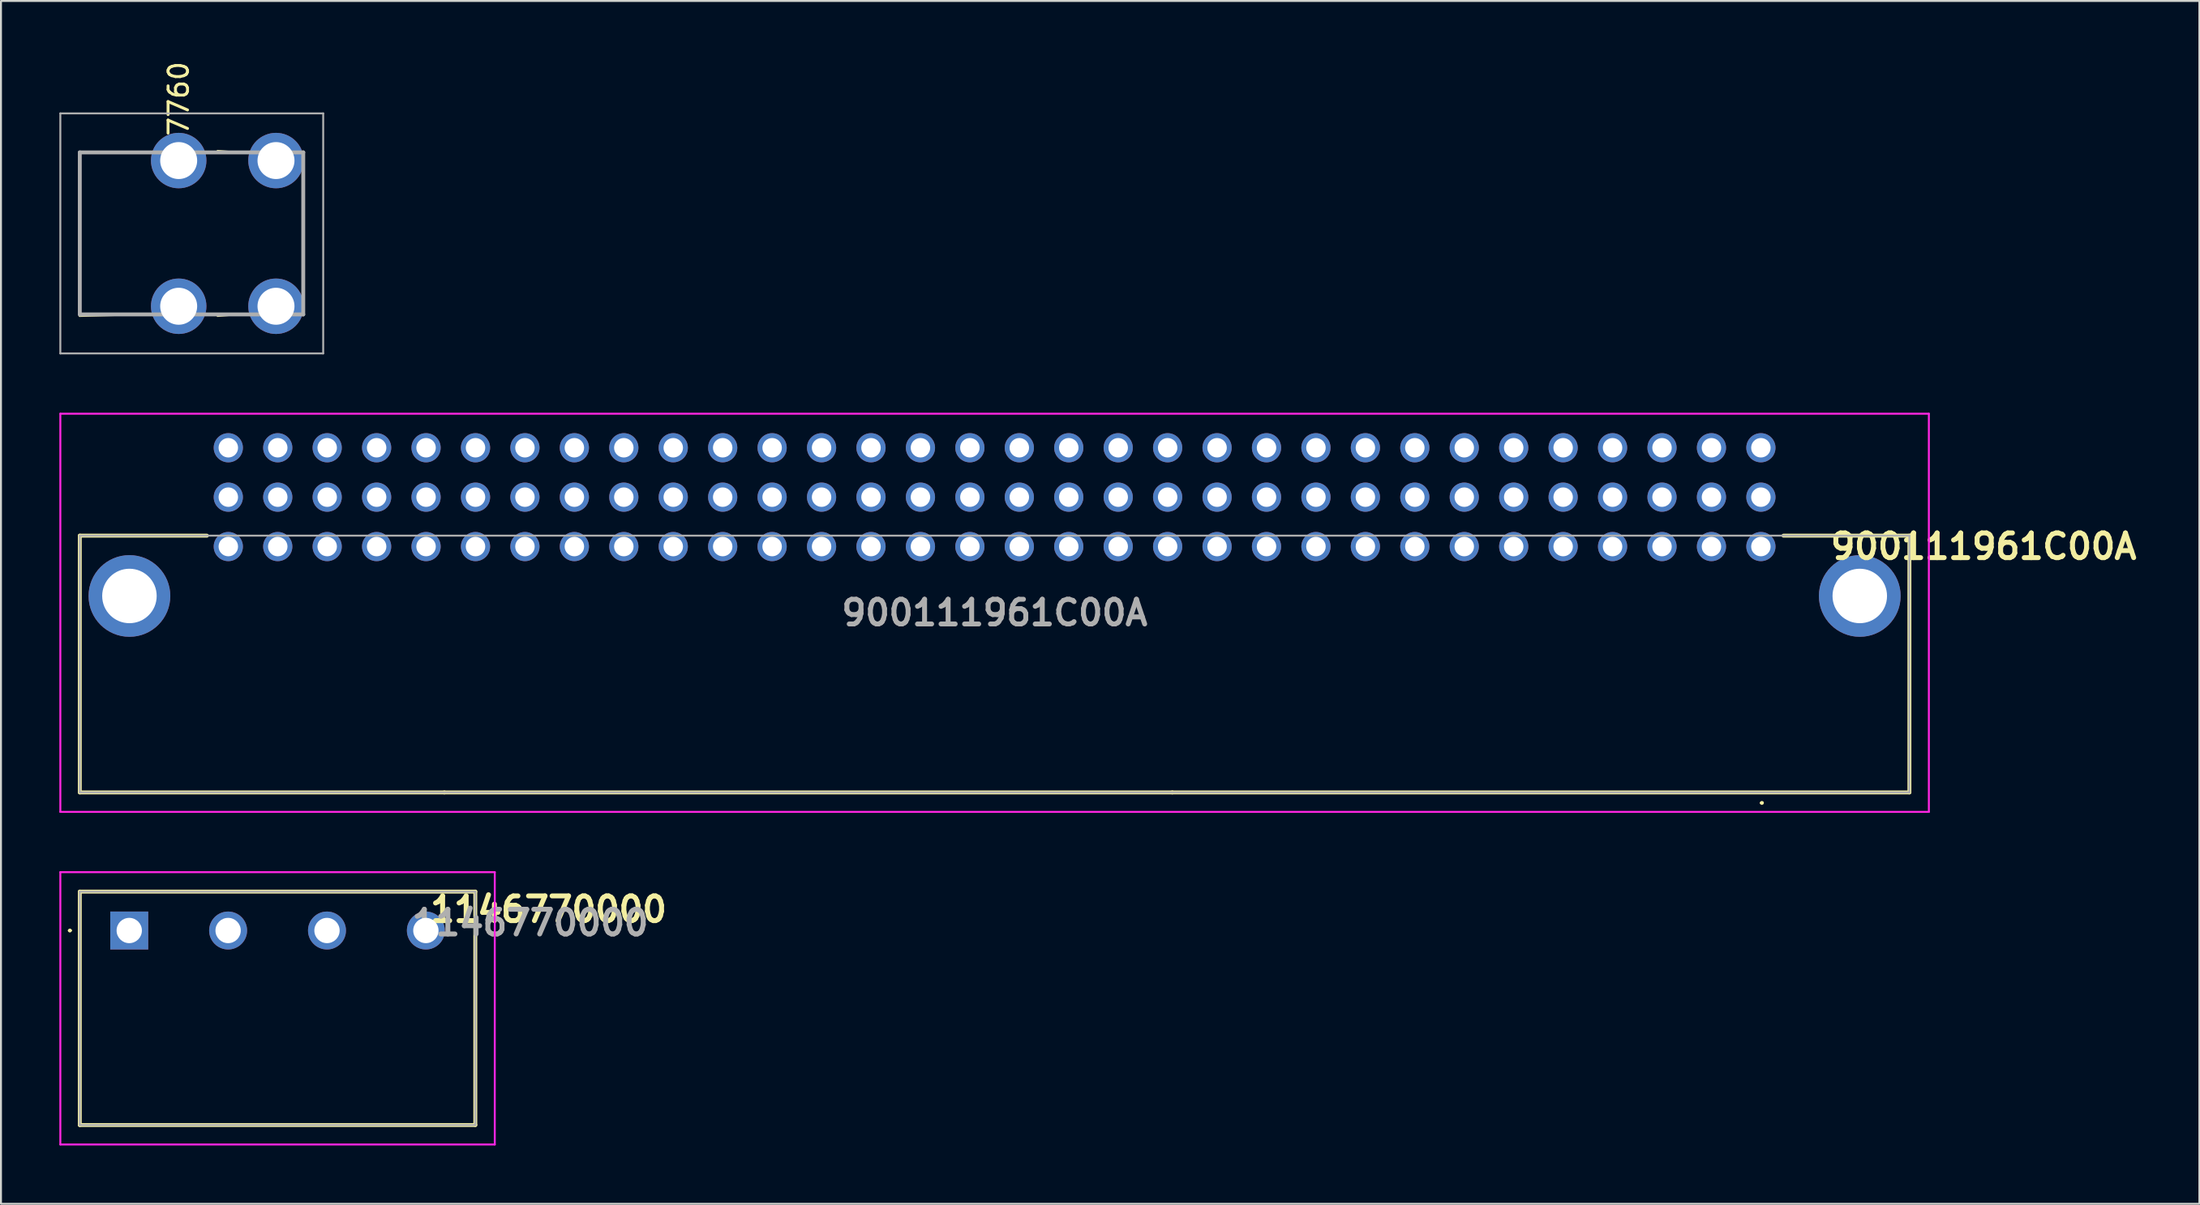
<source format=kicad_pcb>
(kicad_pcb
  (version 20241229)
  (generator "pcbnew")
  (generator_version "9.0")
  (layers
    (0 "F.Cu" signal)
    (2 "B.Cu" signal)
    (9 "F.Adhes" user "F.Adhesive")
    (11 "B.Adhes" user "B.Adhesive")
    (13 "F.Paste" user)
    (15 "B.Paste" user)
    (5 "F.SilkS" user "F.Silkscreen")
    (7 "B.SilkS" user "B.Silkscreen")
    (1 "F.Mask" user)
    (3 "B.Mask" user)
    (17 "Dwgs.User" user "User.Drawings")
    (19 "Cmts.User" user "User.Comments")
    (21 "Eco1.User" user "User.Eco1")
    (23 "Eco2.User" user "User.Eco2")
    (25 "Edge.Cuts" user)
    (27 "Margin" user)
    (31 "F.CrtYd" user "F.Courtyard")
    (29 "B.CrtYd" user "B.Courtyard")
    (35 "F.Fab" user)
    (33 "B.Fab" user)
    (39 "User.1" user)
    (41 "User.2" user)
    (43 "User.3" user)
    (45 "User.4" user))
  (footprint "7760"
    (layer "F.Cu")
    (at 6.13 5.205)
    (property "Reference" "7760" (at 0 -3.175 90) (layer "F.SilkS") (effects (font (size 1 1) (thickness 0.15))))
    (attr through_hole)
    (fp_line (start -5.08 -0.42) (end -5.08 7.99) (stroke (width 0.1) (type solid)) (layer "F.SilkS"))
    (fp_line (start -5.08 7.99) (end -2 7.91) (stroke (width 0.1) (type solid)) (layer "F.SilkS"))
    (fp_line (start -2 -0.42) (end -5.08 -0.42) (stroke (width 0.1) (type solid)) (layer "F.SilkS"))
    (fp_line (start 2 -0.5) (end 3 -0.42) (stroke (width 0.1) (type solid)) (layer "F.SilkS"))
    (fp_line (start 2 7.99) (end 3 7.91) (stroke (width 0.1) (type solid)) (layer "F.SilkS"))
    (fp_line (start 6.4 1.49) (end 6.4 5.99) (stroke (width 0.1) (type solid)) (layer "F.SilkS"))
    (fp_line (start -6.08 -2.425) (end 7.425 -2.425) (stroke (width 0.1) (type solid)) (layer "F.Fab"))
    (fp_line (start -6.08 9.915) (end -6.08 -2.425) (stroke (width 0.1) (type solid)) (layer "F.Fab"))
    (fp_line (start -5.08 -0.42) (end 6.4 -0.42) (stroke (width 0.2) (type solid)) (layer "F.Fab"))
    (fp_line (start -5.08 7.91) (end -5.08 -0.42) (stroke (width 0.2) (type solid)) (layer "F.Fab"))
    (fp_line (start 6.4 -0.42) (end 6.4 7.91) (stroke (width 0.2) (type solid)) (layer "F.Fab"))
    (fp_line (start 6.4 7.91) (end -5.08 7.91) (stroke (width 0.2) (type solid)) (layer "F.Fab"))
    (fp_line (start 7.425 -2.425) (end 7.425 9.915) (stroke (width 0.1) (type solid)) (layer "F.Fab"))
    (fp_line (start 7.425 9.915) (end -6.08 9.915) (stroke (width 0.1) (type solid)) (layer "F.Fab"))
    (pad "1" thru_hole circle (at 0 0) (size 2.85 2.85) (drill 1.9) (layers "*.Cu" "*.Mask"))
    (pad "2" thru_hole circle (at 0 7.49) (size 2.85 2.85) (drill 1.9) (layers "*.Cu" "*.Mask"))
    (pad "3" thru_hole circle (at 5 7.49) (size 2.85 2.85) (drill 1.9) (layers "*.Cu" "*.Mask"))
    (pad "4" thru_hole circle (at 5 0) (size 2.85 2.85) (drill 1.9) (layers "*.Cu" "*.Mask")))
  (footprint "900111961C00A"
    (layer "F.Cu")
    (at 87.42 25.05)
    (property "Reference" "900111961C00A" (at 11.442 -0.005 0) (layer "F.SilkS") (effects (font (size 1.27 1.27) (thickness 0.254))))
    (attr through_hole)
    (fp_line (start -86.37 -0.56) (end -79.84 -0.56) (stroke (width 0.2) (type solid)) (layer "F.SilkS"))
    (fp_line (start -86.37 12.64) (end -86.37 -0.56) (stroke (width 0.2) (type solid)) (layer "F.SilkS"))
    (fp_line (start -67.64 12.64) (end -86.37 12.64) (stroke (width 0.2) (type solid)) (layer "F.SilkS"))
    (fp_line (start -30.24 12.64) (end -67.64 12.64) (stroke (width 0.2) (type solid)) (layer "F.SilkS"))
    (fp_line (start 0 13.18) (end 0 13.18) (stroke (width 0.1) (type solid)) (layer "F.SilkS"))
    (fp_line (start 0.1 13.18) (end 0.1 13.18) (stroke (width 0.1) (type solid)) (layer "F.SilkS"))
    (fp_line (start 1.16 -0.56) (end 7.63 -0.56) (stroke (width 0.2) (type solid)) (layer "F.SilkS"))
    (fp_line (start 7.63 -0.56) (end 7.63 12.64) (stroke (width 0.2) (type solid)) (layer "F.SilkS"))
    (fp_line (start 7.63 12.64) (end -30.24 12.64) (stroke (width 0.2) (type solid)) (layer "F.SilkS"))
    (fp_arc (start 0 13.18) (mid 0.05 13.13) (end 0.1 13.18) (stroke (width 0.1) (type solid)) (layer "F.SilkS"))
    (fp_arc (start 0.1 13.18) (mid 0.05 13.23) (end 0 13.18) (stroke (width 0.1) (type solid)) (layer "F.SilkS"))
    (fp_line (start -87.37 -6.83) (end 8.63 -6.83) (stroke (width 0.1) (type solid)) (layer "F.CrtYd"))
    (fp_line (start -87.37 13.64) (end -87.37 -6.83) (stroke (width 0.1) (type solid)) (layer "F.CrtYd"))
    (fp_line (start 8.63 -6.83) (end 8.63 13.64) (stroke (width 0.1) (type solid)) (layer "F.CrtYd"))
    (fp_line (start 8.63 13.64) (end -87.37 13.64) (stroke (width 0.1) (type solid)) (layer "F.CrtYd"))
    (fp_line (start -86.37 -0.56) (end 7.63 -0.56) (stroke (width 0.1) (type solid)) (layer "F.Fab"))
    (fp_line (start -86.37 12.64) (end -86.37 -0.56) (stroke (width 0.1) (type solid)) (layer "F.Fab"))
    (fp_line (start 7.63 -0.56) (end 7.63 12.64) (stroke (width 0.1) (type solid)) (layer "F.Fab"))
    (fp_line (start 7.63 12.64) (end -86.37 12.64) (stroke (width 0.1) (type solid)) (layer "F.Fab"))
    (fp_text user "${REFERENCE}" (at -39.37 3.405 0) (layer "F.Fab") (effects (font (size 1.27 1.27) (thickness 0.254))))
    (pad "A1" thru_hole circle (at 0 0) (size 1.5 1.5) (drill 1) (layers "*.Cu" "*.Mask"))
    (pad "A2" thru_hole circle (at -2.54 0) (size 1.5 1.5) (drill 1) (layers "*.Cu" "*.Mask"))
    (pad "A3" thru_hole circle (at -5.08 0) (size 1.5 1.5) (drill 1) (layers "*.Cu" "*.Mask"))
    (pad "A4" thru_hole circle (at -7.62 0) (size 1.5 1.5) (drill 1) (layers "*.Cu" "*.Mask"))
    (pad "A5" thru_hole circle (at -10.16 0) (size 1.5 1.5) (drill 1) (layers "*.Cu" "*.Mask"))
    (pad "A6" thru_hole circle (at -12.7 0) (size 1.5 1.5) (drill 1) (layers "*.Cu" "*.Mask"))
    (pad "A7" thru_hole circle (at -15.24 0) (size 1.5 1.5) (drill 1) (layers "*.Cu" "*.Mask"))
    (pad "A8" thru_hole circle (at -17.78 0) (size 1.5 1.5) (drill 1) (layers "*.Cu" "*.Mask"))
    (pad "A9" thru_hole circle (at -20.32 0) (size 1.5 1.5) (drill 1) (layers "*.Cu" "*.Mask"))
    (pad "A10" thru_hole circle (at -22.86 0) (size 1.5 1.5) (drill 1) (layers "*.Cu" "*.Mask"))
    (pad "A11" thru_hole circle (at -25.4 0) (size 1.5 1.5) (drill 1) (layers "*.Cu" "*.Mask"))
    (pad "A12" thru_hole circle (at -27.94 0) (size 1.5 1.5) (drill 1) (layers "*.Cu" "*.Mask"))
    (pad "A13" thru_hole circle (at -30.48 0) (size 1.5 1.5) (drill 1) (layers "*.Cu" "*.Mask"))
    (pad "A14" thru_hole circle (at -33.02 0) (size 1.5 1.5) (drill 1) (layers "*.Cu" "*.Mask"))
    (pad "A15" thru_hole circle (at -35.56 0) (size 1.5 1.5) (drill 1) (layers "*.Cu" "*.Mask"))
    (pad "A16" thru_hole circle (at -38.1 0) (size 1.5 1.5) (drill 1) (layers "*.Cu" "*.Mask"))
    (pad "A17" thru_hole circle (at -40.64 0) (size 1.5 1.5) (drill 1) (layers "*.Cu" "*.Mask"))
    (pad "A18" thru_hole circle (at -43.18 0) (size 1.5 1.5) (drill 1) (layers "*.Cu" "*.Mask"))
    (pad "A19" thru_hole circle (at -45.72 0) (size 1.5 1.5) (drill 1) (layers "*.Cu" "*.Mask"))
    (pad "A20" thru_hole circle (at -48.26 0) (size 1.5 1.5) (drill 1) (layers "*.Cu" "*.Mask"))
    (pad "A21" thru_hole circle (at -50.8 0) (size 1.5 1.5) (drill 1) (layers "*.Cu" "*.Mask"))
    (pad "A22" thru_hole circle (at -53.34 0) (size 1.5 1.5) (drill 1) (layers "*.Cu" "*.Mask"))
    (pad "A23" thru_hole circle (at -55.88 0) (size 1.5 1.5) (drill 1) (layers "*.Cu" "*.Mask"))
    (pad "A24" thru_hole circle (at -58.42 0) (size 1.5 1.5) (drill 1) (layers "*.Cu" "*.Mask"))
    (pad "A25" thru_hole circle (at -60.96 0) (size 1.5 1.5) (drill 1) (layers "*.Cu" "*.Mask"))
    (pad "A26" thru_hole circle (at -63.5 0) (size 1.5 1.5) (drill 1) (layers "*.Cu" "*.Mask"))
    (pad "A27" thru_hole circle (at -66.04 0) (size 1.5 1.5) (drill 1) (layers "*.Cu" "*.Mask"))
    (pad "A28" thru_hole circle (at -68.58 0) (size 1.5 1.5) (drill 1) (layers "*.Cu" "*.Mask"))
    (pad "A29" thru_hole circle (at -71.12 0) (size 1.5 1.5) (drill 1) (layers "*.Cu" "*.Mask"))
    (pad "A30" thru_hole circle (at -73.66 0) (size 1.5 1.5) (drill 1) (layers "*.Cu" "*.Mask"))
    (pad "A31" thru_hole circle (at -76.2 0) (size 1.5 1.5) (drill 1) (layers "*.Cu" "*.Mask"))
    (pad "A32" thru_hole circle (at -78.74 0) (size 1.5 1.5) (drill 1) (layers "*.Cu" "*.Mask"))
    (pad "B1" thru_hole circle (at 0 -2.54) (size 1.5 1.5) (drill 1) (layers "*.Cu" "*.Mask"))
    (pad "B2" thru_hole circle (at -2.54 -2.54) (size 1.5 1.5) (drill 1) (layers "*.Cu" "*.Mask"))
    (pad "B3" thru_hole circle (at -5.08 -2.54) (size 1.5 1.5) (drill 1) (layers "*.Cu" "*.Mask"))
    (pad "B4" thru_hole circle (at -7.62 -2.54) (size 1.5 1.5) (drill 1) (layers "*.Cu" "*.Mask"))
    (pad "B5" thru_hole circle (at -10.16 -2.54) (size 1.5 1.5) (drill 1) (layers "*.Cu" "*.Mask"))
    (pad "B6" thru_hole circle (at -12.7 -2.54) (size 1.5 1.5) (drill 1) (layers "*.Cu" "*.Mask"))
    (pad "B7" thru_hole circle (at -15.24 -2.54) (size 1.5 1.5) (drill 1) (layers "*.Cu" "*.Mask"))
    (pad "B8" thru_hole circle (at -17.78 -2.54) (size 1.5 1.5) (drill 1) (layers "*.Cu" "*.Mask"))
    (pad "B9" thru_hole circle (at -20.32 -2.54) (size 1.5 1.5) (drill 1) (layers "*.Cu" "*.Mask"))
    (pad "B10" thru_hole circle (at -22.86 -2.54) (size 1.5 1.5) (drill 1) (layers "*.Cu" "*.Mask"))
    (pad "B11" thru_hole circle (at -25.4 -2.54) (size 1.5 1.5) (drill 1) (layers "*.Cu" "*.Mask"))
    (pad "B12" thru_hole circle (at -27.94 -2.54) (size 1.5 1.5) (drill 1) (layers "*.Cu" "*.Mask"))
    (pad "B13" thru_hole circle (at -30.48 -2.54) (size 1.5 1.5) (drill 1) (layers "*.Cu" "*.Mask"))
    (pad "B14" thru_hole circle (at -33.02 -2.54) (size 1.5 1.5) (drill 1) (layers "*.Cu" "*.Mask"))
    (pad "B15" thru_hole circle (at -35.56 -2.54) (size 1.5 1.5) (drill 1) (layers "*.Cu" "*.Mask"))
    (pad "B16" thru_hole circle (at -38.1 -2.54) (size 1.5 1.5) (drill 1) (layers "*.Cu" "*.Mask"))
    (pad "B17" thru_hole circle (at -40.64 -2.54) (size 1.5 1.5) (drill 1) (layers "*.Cu" "*.Mask"))
    (pad "B18" thru_hole circle (at -43.18 -2.54) (size 1.5 1.5) (drill 1) (layers "*.Cu" "*.Mask"))
    (pad "B19" thru_hole circle (at -45.72 -2.54) (size 1.5 1.5) (drill 1) (layers "*.Cu" "*.Mask"))
    (pad "B20" thru_hole circle (at -48.26 -2.54) (size 1.5 1.5) (drill 1) (layers "*.Cu" "*.Mask"))
    (pad "B21" thru_hole circle (at -50.8 -2.54) (size 1.5 1.5) (drill 1) (layers "*.Cu" "*.Mask"))
    (pad "B22" thru_hole circle (at -53.34 -2.54) (size 1.5 1.5) (drill 1) (layers "*.Cu" "*.Mask"))
    (pad "B23" thru_hole circle (at -55.88 -2.54) (size 1.5 1.5) (drill 1) (layers "*.Cu" "*.Mask"))
    (pad "B24" thru_hole circle (at -58.42 -2.54) (size 1.5 1.5) (drill 1) (layers "*.Cu" "*.Mask"))
    (pad "B25" thru_hole circle (at -60.96 -2.54) (size 1.5 1.5) (drill 1) (layers "*.Cu" "*.Mask"))
    (pad "B26" thru_hole circle (at -63.5 -2.54) (size 1.5 1.5) (drill 1) (layers "*.Cu" "*.Mask"))
    (pad "B27" thru_hole circle (at -66.04 -2.54) (size 1.5 1.5) (drill 1) (layers "*.Cu" "*.Mask"))
    (pad "B28" thru_hole circle (at -68.58 -2.54) (size 1.5 1.5) (drill 1) (layers "*.Cu" "*.Mask"))
    (pad "B29" thru_hole circle (at -71.12 -2.54) (size 1.5 1.5) (drill 1) (layers "*.Cu" "*.Mask"))
    (pad "B30" thru_hole circle (at -73.66 -2.54) (size 1.5 1.5) (drill 1) (layers "*.Cu" "*.Mask"))
    (pad "B31" thru_hole circle (at -76.2 -2.54) (size 1.5 1.5) (drill 1) (layers "*.Cu" "*.Mask"))
    (pad "B32" thru_hole circle (at -78.74 -2.54) (size 1.5 1.5) (drill 1) (layers "*.Cu" "*.Mask"))
    (pad "C1" thru_hole circle (at 0 -5.08) (size 1.5 1.5) (drill 1) (layers "*.Cu" "*.Mask"))
    (pad "C2" thru_hole circle (at -2.54 -5.08) (size 1.5 1.5) (drill 1) (layers "*.Cu" "*.Mask"))
    (pad "C3" thru_hole circle (at -5.08 -5.08) (size 1.5 1.5) (drill 1) (layers "*.Cu" "*.Mask"))
    (pad "C4" thru_hole circle (at -7.62 -5.08) (size 1.5 1.5) (drill 1) (layers "*.Cu" "*.Mask"))
    (pad "C5" thru_hole circle (at -10.16 -5.08) (size 1.5 1.5) (drill 1) (layers "*.Cu" "*.Mask"))
    (pad "C6" thru_hole circle (at -12.7 -5.08) (size 1.5 1.5) (drill 1) (layers "*.Cu" "*.Mask"))
    (pad "C7" thru_hole circle (at -15.24 -5.08) (size 1.5 1.5) (drill 1) (layers "*.Cu" "*.Mask"))
    (pad "C8" thru_hole circle (at -17.78 -5.08) (size 1.5 1.5) (drill 1) (layers "*.Cu" "*.Mask"))
    (pad "C9" thru_hole circle (at -20.32 -5.08) (size 1.5 1.5) (drill 1) (layers "*.Cu" "*.Mask"))
    (pad "C10" thru_hole circle (at -22.86 -5.08) (size 1.5 1.5) (drill 1) (layers "*.Cu" "*.Mask"))
    (pad "C11" thru_hole circle (at -25.4 -5.08) (size 1.5 1.5) (drill 1) (layers "*.Cu" "*.Mask"))
    (pad "C12" thru_hole circle (at -27.94 -5.08) (size 1.5 1.5) (drill 1) (layers "*.Cu" "*.Mask"))
    (pad "C13" thru_hole circle (at -30.48 -5.08) (size 1.5 1.5) (drill 1) (layers "*.Cu" "*.Mask"))
    (pad "C14" thru_hole circle (at -33.02 -5.08) (size 1.5 1.5) (drill 1) (layers "*.Cu" "*.Mask"))
    (pad "C15" thru_hole circle (at -35.56 -5.08) (size 1.5 1.5) (drill 1) (layers "*.Cu" "*.Mask"))
    (pad "C16" thru_hole circle (at -38.1 -5.08) (size 1.5 1.5) (drill 1) (layers "*.Cu" "*.Mask"))
    (pad "C17" thru_hole circle (at -40.64 -5.08) (size 1.5 1.5) (drill 1) (layers "*.Cu" "*.Mask"))
    (pad "C18" thru_hole circle (at -43.18 -5.08) (size 1.5 1.5) (drill 1) (layers "*.Cu" "*.Mask"))
    (pad "C19" thru_hole circle (at -45.72 -5.08) (size 1.5 1.5) (drill 1) (layers "*.Cu" "*.Mask"))
    (pad "C20" thru_hole circle (at -48.26 -5.08) (size 1.5 1.5) (drill 1) (layers "*.Cu" "*.Mask"))
    (pad "C21" thru_hole circle (at -50.8 -5.08) (size 1.5 1.5) (drill 1) (layers "*.Cu" "*.Mask"))
    (pad "C22" thru_hole circle (at -53.34 -5.08) (size 1.5 1.5) (drill 1) (layers "*.Cu" "*.Mask"))
    (pad "C23" thru_hole circle (at -55.88 -5.08) (size 1.5 1.5) (drill 1) (layers "*.Cu" "*.Mask"))
    (pad "C24" thru_hole circle (at -58.42 -5.08) (size 1.5 1.5) (drill 1) (layers "*.Cu" "*.Mask"))
    (pad "C25" thru_hole circle (at -60.96 -5.08) (size 1.5 1.5) (drill 1) (layers "*.Cu" "*.Mask"))
    (pad "C26" thru_hole circle (at -63.5 -5.08) (size 1.5 1.5) (drill 1) (layers "*.Cu" "*.Mask"))
    (pad "C27" thru_hole circle (at -66.04 -5.08) (size 1.5 1.5) (drill 1) (layers "*.Cu" "*.Mask"))
    (pad "C28" thru_hole circle (at -68.58 -5.08) (size 1.5 1.5) (drill 1) (layers "*.Cu" "*.Mask"))
    (pad "C29" thru_hole circle (at -71.12 -5.08) (size 1.5 1.5) (drill 1) (layers "*.Cu" "*.Mask"))
    (pad "C30" thru_hole circle (at -73.66 -5.08) (size 1.5 1.5) (drill 1) (layers "*.Cu" "*.Mask"))
    (pad "C31" thru_hole circle (at -76.2 -5.08) (size 1.5 1.5) (drill 1) (layers "*.Cu" "*.Mask"))
    (pad "C32" thru_hole circle (at -78.74 -5.08) (size 1.5 1.5) (drill 1) (layers "*.Cu" "*.Mask"))
    (pad "MH1" thru_hole circle (at 5.08 2.54) (size 4.2 4.2) (drill 2.8) (layers "*.Cu" "*.Mask"))
    (pad "MH2" thru_hole circle (at -83.82 2.54) (size 4.2 4.2) (drill 2.8) (layers "*.Cu" "*.Mask")))
  (footprint "1146770000"
    (layer "F.Cu")
    (at 3.59 44.79)
    (property "Reference" "1146770000" (at 21.543 -1.083 0) (layer "F.SilkS") (effects (font (size 1.27 1.27) (thickness 0.254))))
    (attr through_hole)
    (fp_line (start -3.1 0) (end -3.1 0) (stroke (width 0.1) (type solid)) (layer "F.SilkS"))
    (fp_line (start -3 0) (end -3 0) (stroke (width 0.1) (type solid)) (layer "F.SilkS"))
    (fp_line (start -2.54 -2) (end 17.78 -2) (stroke (width 0.2) (type solid)) (layer "F.SilkS"))
    (fp_line (start -2.54 10) (end -2.54 -2) (stroke (width 0.2) (type solid)) (layer "F.SilkS"))
    (fp_line (start 17.78 -2) (end 17.78 10) (stroke (width 0.2) (type solid)) (layer "F.SilkS"))
    (fp_line (start 17.78 10) (end -2.54 10) (stroke (width 0.2) (type solid)) (layer "F.SilkS"))
    (fp_arc (start -3.1 0) (mid -3.05 -0.05) (end -3 0) (stroke (width 0.1) (type solid)) (layer "F.SilkS"))
    (fp_arc (start -3 0) (mid -3.05 0.05) (end -3.1 0) (stroke (width 0.1) (type solid)) (layer "F.SilkS"))
    (fp_line (start -3.54 -3) (end 18.78 -3) (stroke (width 0.1) (type solid)) (layer "F.CrtYd"))
    (fp_line (start -3.54 11) (end -3.54 -3) (stroke (width 0.1) (type solid)) (layer "F.CrtYd"))
    (fp_line (start 18.78 -3) (end 18.78 11) (stroke (width 0.1) (type solid)) (layer "F.CrtYd"))
    (fp_line (start 18.78 11) (end -3.54 11) (stroke (width 0.1) (type solid)) (layer "F.CrtYd"))
    (fp_line (start -2.54 -2) (end 17.78 -2) (stroke (width 0.1) (type solid)) (layer "F.Fab"))
    (fp_line (start -2.54 10) (end -2.54 -2) (stroke (width 0.1) (type solid)) (layer "F.Fab"))
    (fp_line (start 17.78 -2) (end 17.78 10) (stroke (width 0.1) (type solid)) (layer "F.Fab"))
    (fp_line (start 17.78 10) (end -2.54 10) (stroke (width 0.1) (type solid)) (layer "F.Fab"))
    (fp_text user "${REFERENCE}" (at 20.603 -0.397 0) (layer "F.Fab") (effects (font (size 1.27 1.27) (thickness 0.254))))
    (pad "1" thru_hole rect (at 0 0) (size 1.95 1.95) (drill 1.3) (layers "*.Cu" "*.Mask"))
    (pad "2" thru_hole circle (at 5.08 0) (size 1.95 1.95) (drill 1.3) (layers "*.Cu" "*.Mask"))
    (pad "3" thru_hole circle (at 10.16 0) (size 1.95 1.95) (drill 1.3) (layers "*.Cu" "*.Mask"))
    (pad "4" thru_hole circle (at 15.24 0) (size 1.95 1.95) (drill 1.3) (layers "*.Cu" "*.Mask")))
  (gr_rect
    (start -3 -3)
    (end 109.948 58.84)
    (stroke (width 0.1) (type default))
    (fill no)
    (layer "Edge.Cuts")))
</source>
